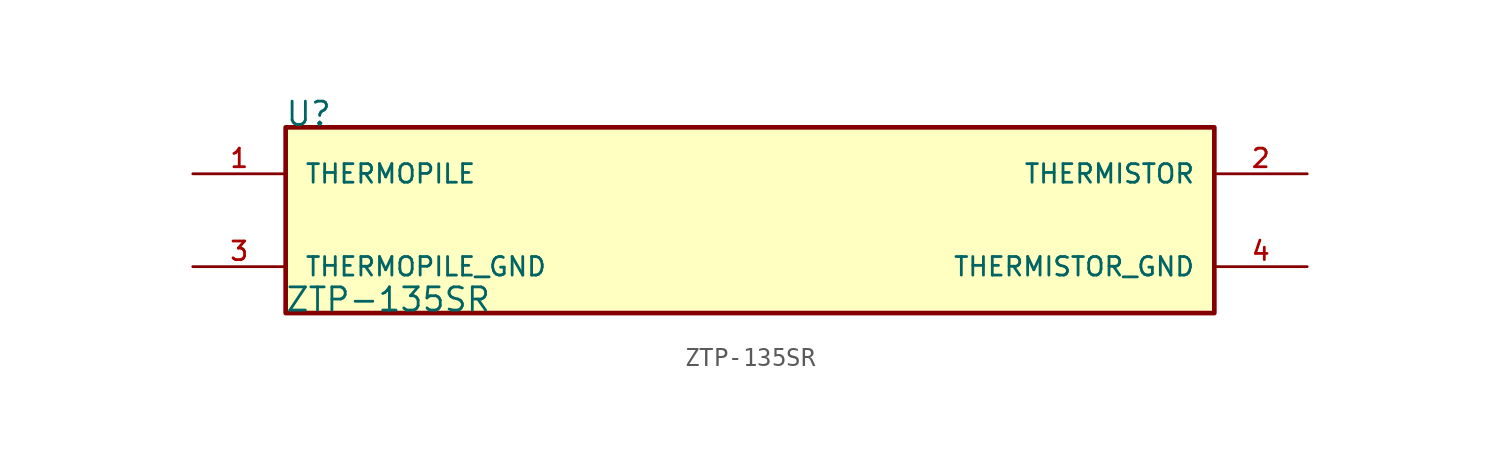
<source format=kicad_sym>
(kicad_symbol_lib
  (version 20211014)
  (generator kicad_symbol_editor)
  (symbol "ZTP-135SR"
    (pin_names
      (offset 1.016))
    (property "Reference" "U"
      (at -25.451 5.08 0)
      (effects (font (size 1.27 1.27)) (justify left bottom)))
    (property "Value" "ZTP-135SR"
      (at -25.451 -5.08 0)
      (effects (font (size 1.27 1.27)) (justify left bottom)))
    (property "ki_locked" ""
      (at 0 0 0)
      (effects (font (size 1.27 1.27))))
    (symbol "ZTP-135SR_0_0"
      (rectangle (start -25.4 -5.08) (end 25.4 5.08) (stroke (width 0.254) (type default) (color 0 0 0 0)) (fill (type background)))
      (pin passive line (at -30.48 2.54 0) (length 5.08) (name "THERMOPILE" (effects (font (size 1.016 1.016)))) (number "1" (effects (font (size 1.016 1.016)))))
      (pin passive line (at 30.48 2.54 180) (length 5.08) (name "THERMISTOR" (effects (font (size 1.016 1.016)))) (number "2" (effects (font (size 1.016 1.016)))))
      (pin passive line (at -30.48 -2.54 0) (length 5.08) (name "THERMOPILE_GND" (effects (font (size 1.016 1.016)))) (number "3" (effects (font (size 1.016 1.016)))))
      (pin passive line (at 30.48 -2.54 180) (length 5.08) (name "THERMISTOR_GND" (effects (font (size 1.016 1.016)))) (number "4" (effects (font (size 1.016 1.016))))))))
</source>
